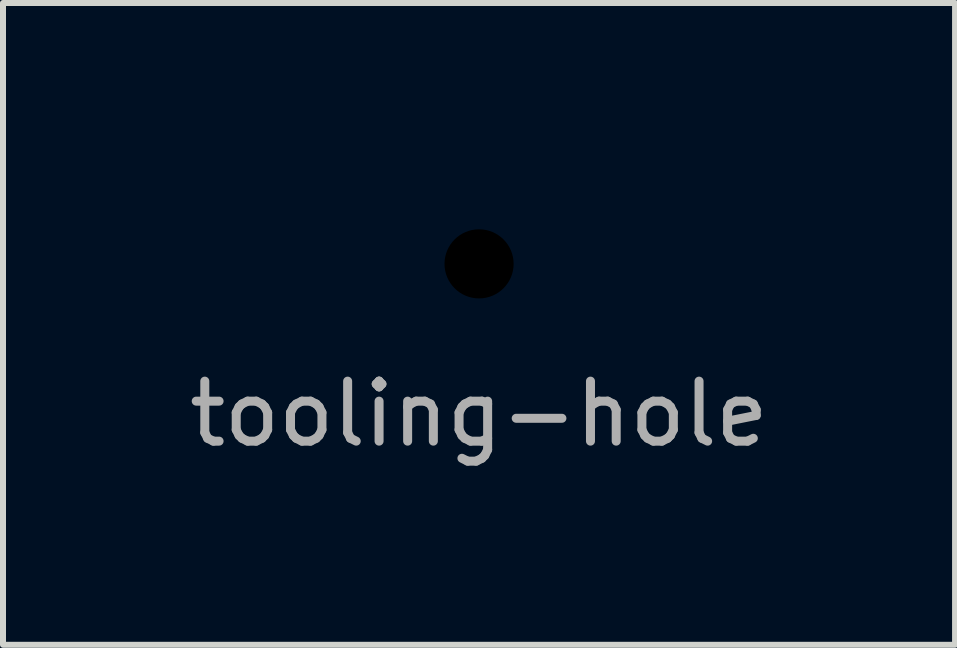
<source format=kicad_pcb>
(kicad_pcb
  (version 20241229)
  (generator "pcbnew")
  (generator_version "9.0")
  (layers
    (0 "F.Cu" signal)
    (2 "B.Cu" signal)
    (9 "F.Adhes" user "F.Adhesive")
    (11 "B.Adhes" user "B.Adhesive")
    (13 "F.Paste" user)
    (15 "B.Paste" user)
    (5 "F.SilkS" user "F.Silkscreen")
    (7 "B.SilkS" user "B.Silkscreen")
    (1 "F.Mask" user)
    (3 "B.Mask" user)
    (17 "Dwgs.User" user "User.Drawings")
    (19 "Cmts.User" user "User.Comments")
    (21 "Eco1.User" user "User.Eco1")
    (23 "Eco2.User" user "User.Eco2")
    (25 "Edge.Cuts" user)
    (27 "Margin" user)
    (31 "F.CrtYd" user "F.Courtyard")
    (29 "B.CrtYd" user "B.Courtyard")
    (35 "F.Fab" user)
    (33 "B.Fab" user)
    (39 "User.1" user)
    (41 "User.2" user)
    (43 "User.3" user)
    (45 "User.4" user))
  (footprint "tooling-hole"
    (layer "F.Cu")
    (at 4.935 1.348)
    (property "Reference" "tooling-hole" (at 0 -0.5 0) (unlocked yes) (layer "User.2") (effects (font (size 1 1) (thickness 0.15))))
    (fp_text user "${REFERENCE}" (at 0 2.5 0) (unlocked yes) (layer "F.Fab") (effects (font (size 1 1) (thickness 0.15))))
    (pad "" np_thru_hole circle (at 0 0) (size 1.4 1.4) (drill 1.152) (layers "*.Mask")))
  (gr_rect
    (start -3 -3)
    (end 12.869 7.697)
    (stroke (width 0.1) (type default))
    (fill no)
    (layer "Edge.Cuts")))
</source>
